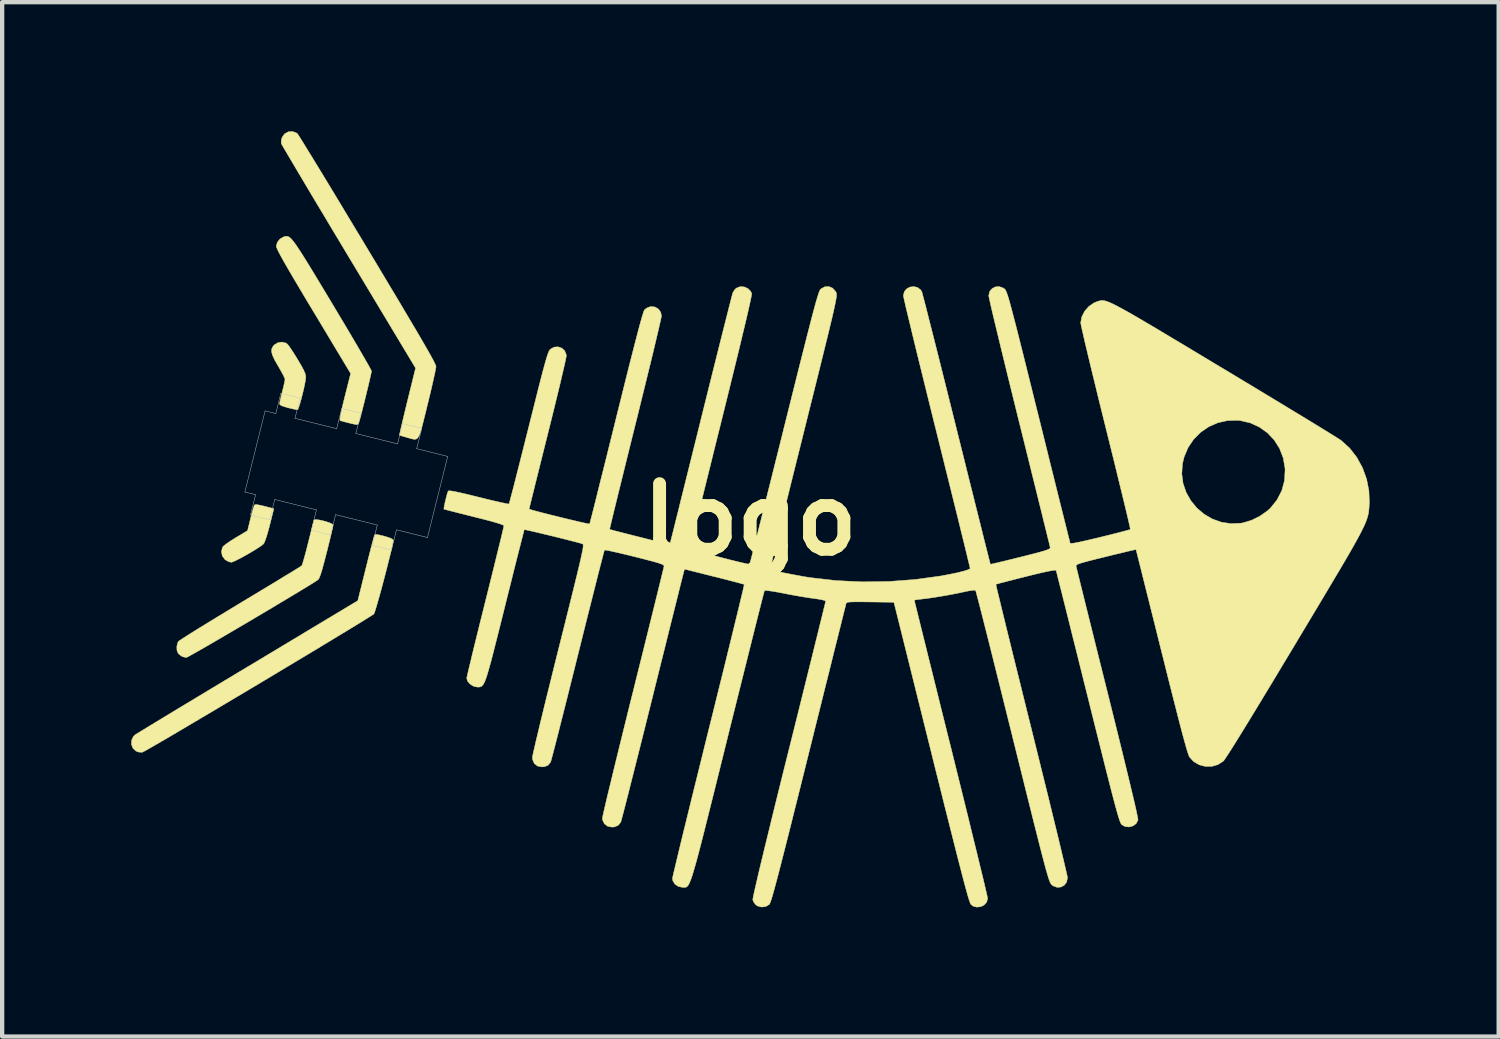
<source format=kicad_pcb>
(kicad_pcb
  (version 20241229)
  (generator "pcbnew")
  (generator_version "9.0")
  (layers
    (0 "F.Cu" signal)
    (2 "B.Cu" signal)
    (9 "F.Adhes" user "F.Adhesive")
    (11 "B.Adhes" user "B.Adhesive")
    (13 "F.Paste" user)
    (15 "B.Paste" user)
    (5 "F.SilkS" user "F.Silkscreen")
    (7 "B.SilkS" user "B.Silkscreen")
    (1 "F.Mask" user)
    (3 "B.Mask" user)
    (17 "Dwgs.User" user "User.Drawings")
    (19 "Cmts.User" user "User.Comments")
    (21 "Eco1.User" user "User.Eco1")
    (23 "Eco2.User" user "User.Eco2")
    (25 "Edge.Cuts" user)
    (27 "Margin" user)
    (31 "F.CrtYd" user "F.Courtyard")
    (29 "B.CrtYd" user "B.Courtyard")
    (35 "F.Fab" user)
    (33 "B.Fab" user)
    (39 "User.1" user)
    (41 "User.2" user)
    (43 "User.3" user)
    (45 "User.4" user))
  (footprint "logo"
    (layer "F.Cu")
    (at 14.378 9.022)
    (property "Reference" "logo" (at 0 0 0) (layer "F.SilkS") (effects (font (size 1.524 1.524) (thickness 0.3))))
    (attr through_hole)
    (fp_circle (center 11.233 -1.115) (end 11.684 -1.115) (stroke (width 1.5) (type solid)) (fill no) (layer "F.Mask"))
    (fp_poly (pts (xy -10.498 -2.57) (xy -10.549 -2.349) (xy -9.604 -2.116) (xy -9.553 -2.329) (xy -9.106 -2.21) (xy -9.154 -1.996) (xy -8.191 -1.76) (xy -8.146 -1.974) (xy -7.711 -1.859) (xy -7.757 -1.656) (xy -6.828 -1.42) (xy -7.297 0.493) (xy -8.222 0.251) (xy -8.28 0.485) (xy -8.733 0.376) (xy -8.674 0.124) (xy -9.632 -0.109) (xy -9.685 0.127) (xy -10.137 0.003) (xy -10.081 -0.224) (xy -11.003 -0.46) (xy -11.062 -0.241) (xy -11.524 -0.345) (xy -11.471 -0.574) (xy -11.737 -0.64) (xy -11.27 -2.53) (xy -11.267 -2.527) (xy -11.006 -2.466) (xy -10.947 -2.687)) (stroke (width 0.05) (type solid)) (fill yes) (layer "F.Mask"))
    (fp_poly (pts (xy -11.46 -0.348) (xy -11.395 -0.337) (xy -11.297 -0.314) (xy -11.158 -0.278) (xy -11.066 -0.254) (xy -11.162 0.129) (xy -11.198 0.265) (xy -11.234 0.386) (xy -11.267 0.483) (xy -11.293 0.545) (xy -11.302 0.56) (xy -11.347 0.598) (xy -11.425 0.652) (xy -11.526 0.715) (xy -11.64 0.783) (xy -11.757 0.849) (xy -11.868 0.909) (xy -11.962 0.956) (xy -12.03 0.985) (xy -12.057 0.992) (xy -12.12 0.975) (xy -12.19 0.936) (xy -12.202 0.926) (xy -12.264 0.844) (xy -12.283 0.744) (xy -12.259 0.643) (xy -12.255 0.636) (xy -12.224 0.605) (xy -12.159 0.555) (xy -12.068 0.493) (xy -11.961 0.426) (xy -11.953 0.421) (xy -11.676 0.255) (xy -11.606 -0.032) (xy -11.577 -0.147) (xy -11.55 -0.244) (xy -11.528 -0.312) (xy -11.516 -0.34) (xy -11.498 -0.349) (xy -11.46 -0.348)) (stroke (width 0.01) (type solid)) (fill yes) (layer "F.SilkS"))
    (fp_poly (pts (xy -10.791 -4.104) (xy -10.752 -4.078) (xy -10.721 -4.04) (xy -10.67 -3.968) (xy -10.606 -3.87) (xy -10.535 -3.756) (xy -10.512 -3.718) (xy -10.431 -3.581) (xy -10.375 -3.477) (xy -10.341 -3.4) (xy -10.326 -3.341) (xy -10.323 -3.31) (xy -10.33 -3.249) (xy -10.346 -3.158) (xy -10.369 -3.048) (xy -10.398 -2.928) (xy -10.428 -2.809) (xy -10.458 -2.702) (xy -10.485 -2.617) (xy -10.505 -2.565) (xy -10.515 -2.553) (xy -10.549 -2.557) (xy -10.619 -2.571) (xy -10.711 -2.593) (xy -10.736 -2.599) (xy -10.842 -2.63) (xy -10.905 -2.656) (xy -10.931 -2.682) (xy -10.932 -2.692) (xy -10.926 -2.733) (xy -10.909 -2.811) (xy -10.885 -2.912) (xy -10.869 -2.975) (xy -10.842 -3.083) (xy -10.821 -3.176) (xy -10.809 -3.241) (xy -10.806 -3.26) (xy -10.819 -3.297) (xy -10.853 -3.368) (xy -10.904 -3.461) (xy -10.963 -3.564) (xy -11.045 -3.706) (xy -11.096 -3.815) (xy -11.119 -3.9) (xy -11.115 -3.967) (xy -11.085 -4.026) (xy -11.056 -4.059) (xy -10.975 -4.109) (xy -10.88 -4.125) (xy -10.791 -4.104)) (stroke (width 0.01) (type solid)) (fill yes) (layer "F.SilkS"))
    (fp_poly (pts (xy -10.738 -6.578) (xy -10.708 -6.563) (xy -10.674 -6.535) (xy -10.634 -6.491) (xy -10.585 -6.429) (xy -10.526 -6.345) (xy -10.455 -6.237) (xy -10.369 -6.102) (xy -10.266 -5.936) (xy -10.145 -5.738) (xy -10.004 -5.504) (xy -9.839 -5.231) (xy -9.706 -5.009) (xy -9.554 -4.755) (xy -9.41 -4.514) (xy -9.276 -4.288) (xy -9.154 -4.081) (xy -9.047 -3.897) (xy -8.956 -3.74) (xy -8.883 -3.614) (xy -8.832 -3.521) (xy -8.803 -3.465) (xy -8.797 -3.451) (xy -8.803 -3.414) (xy -8.82 -3.336) (xy -8.845 -3.226) (xy -8.876 -3.094) (xy -8.912 -2.946) (xy -8.949 -2.793) (xy -8.987 -2.643) (xy -9.022 -2.504) (xy -9.053 -2.385) (xy -9.078 -2.295) (xy -9.094 -2.242) (xy -9.096 -2.235) (xy -9.11 -2.216) (xy -9.136 -2.209) (xy -9.185 -2.214) (xy -9.268 -2.233) (xy -9.306 -2.242) (xy -9.401 -2.266) (xy -9.478 -2.287) (xy -9.522 -2.299) (xy -9.526 -2.3) (xy -9.531 -2.325) (xy -9.523 -2.393) (xy -9.501 -2.505) (xy -9.465 -2.662) (xy -9.418 -2.852) (xy -9.281 -3.394) (xy -10.145 -4.833) (xy -10.328 -5.137) (xy -10.485 -5.401) (xy -10.619 -5.627) (xy -10.73 -5.817) (xy -10.82 -5.973) (xy -10.891 -6.1) (xy -10.944 -6.198) (xy -10.98 -6.271) (xy -11.002 -6.321) (xy -11.009 -6.351) (xy -11.009 -6.353) (xy -10.986 -6.441) (xy -10.926 -6.518) (xy -10.841 -6.568) (xy -10.823 -6.574) (xy -10.793 -6.58) (xy -10.766 -6.583) (xy -10.738 -6.578)) (stroke (width 0.01) (type solid)) (fill yes) (layer "F.SilkS"))
    (fp_poly (pts (xy -8.625 0.355) (xy -8.541 0.374) (xy -8.451 0.399) (xy -8.37 0.427) (xy -8.311 0.453) (xy -8.289 0.474) (xy -8.295 0.52) (xy -8.313 0.606) (xy -8.34 0.725) (xy -8.376 0.869) (xy -8.417 1.033) (xy -8.462 1.209) (xy -8.509 1.389) (xy -8.556 1.567) (xy -8.602 1.736) (xy -8.645 1.888) (xy -8.682 2.016) (xy -8.712 2.114) (xy -8.733 2.175) (xy -8.741 2.191) (xy -8.772 2.213) (xy -8.844 2.259) (xy -8.952 2.326) (xy -9.093 2.414) (xy -9.266 2.519) (xy -9.465 2.64) (xy -9.688 2.775) (xy -9.931 2.922) (xy -10.192 3.08) (xy -10.467 3.245) (xy -10.753 3.416) (xy -11.046 3.592) (xy -11.343 3.77) (xy -11.641 3.948) (xy -11.937 4.124) (xy -12.228 4.297) (xy -12.51 4.465) (xy -12.779 4.624) (xy -13.034 4.775) (xy -13.269 4.914) (xy -13.483 5.04) (xy -13.672 5.15) (xy -13.832 5.243) (xy -13.961 5.317) (xy -14.054 5.37) (xy -14.11 5.399) (xy -14.124 5.405) (xy -14.204 5.401) (xy -14.268 5.378) (xy -14.338 5.313) (xy -14.373 5.225) (xy -14.371 5.129) (xy -14.331 5.041) (xy -14.298 5.007) (xy -14.271 4.988) (xy -14.202 4.946) (xy -14.096 4.881) (xy -13.954 4.794) (xy -13.779 4.688) (xy -13.575 4.564) (xy -13.344 4.424) (xy -13.088 4.27) (xy -12.811 4.103) (xy -12.515 3.925) (xy -12.203 3.737) (xy -11.877 3.541) (xy -11.683 3.425) (xy -9.115 1.883) (xy -8.927 1.126) (xy -8.88 0.937) (xy -8.836 0.764) (xy -8.797 0.614) (xy -8.765 0.492) (xy -8.741 0.404) (xy -8.727 0.357) (xy -8.724 0.351) (xy -8.691 0.346) (xy -8.625 0.355)) (stroke (width 0.01) (type solid)) (fill yes) (layer "F.SilkS"))
    (fp_poly (pts (xy -10.539 -8.982) (xy -10.522 -8.97) (xy -10.504 -8.944) (xy -10.461 -8.878) (xy -10.395 -8.773) (xy -10.309 -8.633) (xy -10.202 -8.459) (xy -10.078 -8.256) (xy -9.937 -8.025) (xy -9.782 -7.77) (xy -9.614 -7.492) (xy -9.435 -7.195) (xy -9.246 -6.881) (xy -9.048 -6.553) (xy -8.888 -6.287) (xy -8.641 -5.876) (xy -8.42 -5.506) (xy -8.222 -5.176) (xy -8.048 -4.883) (xy -7.895 -4.625) (xy -7.762 -4.401) (xy -7.649 -4.208) (xy -7.554 -4.044) (xy -7.476 -3.908) (xy -7.414 -3.797) (xy -7.366 -3.709) (xy -7.332 -3.642) (xy -7.311 -3.595) (xy -7.3 -3.565) (xy -7.298 -3.554) (xy -7.305 -3.509) (xy -7.322 -3.422) (xy -7.349 -3.299) (xy -7.383 -3.146) (xy -7.424 -2.97) (xy -7.47 -2.779) (xy -7.497 -2.67) (xy -7.552 -2.444) (xy -7.597 -2.263) (xy -7.634 -2.122) (xy -7.665 -2.017) (xy -7.695 -1.943) (xy -7.724 -1.896) (xy -7.757 -1.872) (xy -7.795 -1.865) (xy -7.842 -1.872) (xy -7.901 -1.888) (xy -7.966 -1.906) (xy -8.053 -1.931) (xy -8.117 -1.95) (xy -8.147 -1.961) (xy -8.147 -1.962) (xy -8.143 -1.988) (xy -8.128 -2.057) (xy -8.104 -2.164) (xy -8.071 -2.302) (xy -8.032 -2.465) (xy -7.988 -2.648) (xy -7.964 -2.746) (xy -7.773 -3.521) (xy -9.324 -6.102) (xy -9.524 -6.435) (xy -9.717 -6.756) (xy -9.9 -7.063) (xy -10.074 -7.352) (xy -10.235 -7.622) (xy -10.382 -7.87) (xy -10.514 -8.092) (xy -10.629 -8.286) (xy -10.725 -8.449) (xy -10.801 -8.578) (xy -10.856 -8.671) (xy -10.886 -8.725) (xy -10.892 -8.738) (xy -10.895 -8.799) (xy -10.876 -8.874) (xy -10.874 -8.88) (xy -10.815 -8.963) (xy -10.73 -9.01) (xy -10.634 -9.017) (xy -10.539 -8.982)) (stroke (width 0.01) (type solid)) (fill yes) (layer "F.SilkS"))
    (fp_poly (pts (xy -10.043 0.003) (xy -9.96 0.018) (xy -9.87 0.041) (xy -9.786 0.068) (xy -9.721 0.096) (xy -9.689 0.121) (xy -9.688 0.126) (xy -9.694 0.161) (xy -9.711 0.238) (xy -9.737 0.349) (xy -9.771 0.488) (xy -9.81 0.647) (xy -9.839 0.762) (xy -9.894 0.975) (xy -9.939 1.141) (xy -9.976 1.263) (xy -10.006 1.344) (xy -10.029 1.387) (xy -10.035 1.393) (xy -10.083 1.426) (xy -10.168 1.48) (xy -10.286 1.553) (xy -10.433 1.642) (xy -10.603 1.745) (xy -10.794 1.859) (xy -10.999 1.982) (xy -11.216 2.112) (xy -11.439 2.244) (xy -11.665 2.378) (xy -11.889 2.509) (xy -12.106 2.637) (xy -12.313 2.758) (xy -12.505 2.87) (xy -12.677 2.97) (xy -12.826 3.055) (xy -12.947 3.123) (xy -13.035 3.172) (xy -13.087 3.199) (xy -13.098 3.203) (xy -13.17 3.189) (xy -13.209 3.173) (xy -13.264 3.131) (xy -13.29 3.104) (xy -13.317 3.036) (xy -13.32 2.949) (xy -13.301 2.865) (xy -13.278 2.826) (xy -13.249 2.805) (xy -13.18 2.759) (xy -13.075 2.692) (xy -12.938 2.606) (xy -12.773 2.503) (xy -12.582 2.386) (xy -12.371 2.257) (xy -12.143 2.119) (xy -11.902 1.973) (xy -11.837 1.934) (xy -11.594 1.787) (xy -11.363 1.648) (xy -11.149 1.519) (xy -10.955 1.402) (xy -10.786 1.298) (xy -10.643 1.212) (xy -10.533 1.144) (xy -10.457 1.097) (xy -10.42 1.073) (xy -10.417 1.071) (xy -10.404 1.04) (xy -10.382 0.968) (xy -10.352 0.862) (xy -10.316 0.73) (xy -10.278 0.579) (xy -10.269 0.543) (xy -10.23 0.389) (xy -10.196 0.251) (xy -10.167 0.137) (xy -10.146 0.055) (xy -10.134 0.013) (xy -10.133 0.009) (xy -10.105 -0.001) (xy -10.043 0.003)) (stroke (width 0.01) (type solid)) (fill yes) (layer "F.SilkS"))
    (fp_poly (pts (xy 1.915 -5.379) (xy 1.983 -5.304) (xy 1.998 -5.275) (xy 2.003 -5.261) (xy 2.006 -5.243) (xy 2.007 -5.22) (xy 2.005 -5.188) (xy 1.999 -5.145) (xy 1.989 -5.088) (xy 1.975 -5.014) (xy 1.955 -4.922) (xy 1.93 -4.808) (xy 1.898 -4.671) (xy 1.858 -4.506) (xy 1.812 -4.313) (xy 1.756 -4.087) (xy 1.692 -3.827) (xy 1.619 -3.531) (xy 1.535 -3.194) (xy 1.441 -2.816) (xy 1.335 -2.393) (xy 1.243 -2.021) (xy 1.145 -1.63) (xy 1.051 -1.253) (xy 0.961 -0.892) (xy 0.877 -0.551) (xy 0.798 -0.232) (xy 0.726 0.062) (xy 0.661 0.327) (xy 0.604 0.561) (xy 0.556 0.76) (xy 0.517 0.923) (xy 0.488 1.045) (xy 0.47 1.124) (xy 0.464 1.158) (xy 0.464 1.159) (xy 0.495 1.171) (xy 0.568 1.189) (xy 0.673 1.213) (xy 0.802 1.24) (xy 0.946 1.268) (xy 1.096 1.296) (xy 1.243 1.323) (xy 1.378 1.345) (xy 1.398 1.348) (xy 1.992 1.416) (xy 2.606 1.446) (xy 3.228 1.437) (xy 3.846 1.39) (xy 4.424 1.31) (xy 4.628 1.272) (xy 4.803 1.236) (xy 4.942 1.202) (xy 5.042 1.172) (xy 5.099 1.147) (xy 5.111 1.133) (xy 5.104 1.104) (xy 5.087 1.03) (xy 5.058 0.912) (xy 5.02 0.753) (xy 4.972 0.557) (xy 4.915 0.327) (xy 4.851 0.065) (xy 4.779 -0.225) (xy 4.701 -0.54) (xy 4.617 -0.879) (xy 4.528 -1.236) (xy 4.435 -1.611) (xy 4.339 -1.998) (xy 4.335 -2.014) (xy 4.238 -2.403) (xy 4.145 -2.779) (xy 4.056 -3.14) (xy 3.972 -3.481) (xy 3.893 -3.801) (xy 3.821 -4.096) (xy 3.757 -4.362) (xy 3.7 -4.598) (xy 3.651 -4.8) (xy 3.612 -4.964) (xy 3.584 -5.088) (xy 3.566 -5.169) (xy 3.56 -5.204) (xy 3.56 -5.204) (xy 3.581 -5.295) (xy 3.636 -5.362) (xy 3.714 -5.403) (xy 3.802 -5.414) (xy 3.888 -5.394) (xy 3.96 -5.338) (xy 3.985 -5.301) (xy 3.995 -5.271) (xy 4.015 -5.194) (xy 4.047 -5.073) (xy 4.089 -4.913) (xy 4.139 -4.714) (xy 4.198 -4.482) (xy 4.265 -4.218) (xy 4.339 -3.926) (xy 4.419 -3.608) (xy 4.504 -3.268) (xy 4.594 -2.908) (xy 4.688 -2.532) (xy 4.785 -2.143) (xy 4.793 -2.11) (xy 4.89 -1.721) (xy 4.984 -1.345) (xy 5.073 -0.986) (xy 5.158 -0.647) (xy 5.237 -0.33) (xy 5.31 -0.039) (xy 5.376 0.223) (xy 5.433 0.455) (xy 5.483 0.652) (xy 5.523 0.811) (xy 5.553 0.93) (xy 5.573 1.007) (xy 5.581 1.037) (xy 5.581 1.037) (xy 5.606 1.033) (xy 5.674 1.018) (xy 5.779 0.993) (xy 5.915 0.961) (xy 6.074 0.922) (xy 6.252 0.877) (xy 6.283 0.87) (xy 6.488 0.818) (xy 6.648 0.777) (xy 6.769 0.744) (xy 6.857 0.718) (xy 6.915 0.697) (xy 6.951 0.68) (xy 6.967 0.665) (xy 6.971 0.65) (xy 6.97 0.646) (xy 6.963 0.616) (xy 6.945 0.539) (xy 6.915 0.419) (xy 6.876 0.259) (xy 6.827 0.063) (xy 6.771 -0.168) (xy 6.706 -0.428) (xy 6.635 -0.717) (xy 6.557 -1.029) (xy 6.475 -1.362) (xy 6.388 -1.714) (xy 6.297 -2.08) (xy 6.252 -2.259) (xy 6.16 -2.632) (xy 6.071 -2.993) (xy 5.986 -3.337) (xy 5.907 -3.662) (xy 5.833 -3.965) (xy 5.766 -4.243) (xy 5.706 -4.491) (xy 5.654 -4.708) (xy 5.611 -4.89) (xy 5.578 -5.034) (xy 5.556 -5.136) (xy 5.544 -5.193) (xy 5.543 -5.204) (xy 5.564 -5.298) (xy 5.621 -5.368) (xy 5.701 -5.408) (xy 5.792 -5.413) (xy 5.883 -5.379) (xy 5.913 -5.357) (xy 5.924 -5.346) (xy 5.935 -5.328) (xy 5.948 -5.301) (xy 5.963 -5.263) (xy 5.981 -5.211) (xy 6.003 -5.141) (xy 6.029 -5.052) (xy 6.059 -4.941) (xy 6.095 -4.806) (xy 6.138 -4.642) (xy 6.188 -4.449) (xy 6.245 -4.223) (xy 6.311 -3.961) (xy 6.386 -3.661) (xy 6.471 -3.321) (xy 6.566 -2.937) (xy 6.673 -2.507) (xy 6.703 -2.389) (xy 6.796 -2.014) (xy 6.886 -1.652) (xy 6.971 -1.307) (xy 7.052 -0.982) (xy 7.127 -0.68) (xy 7.196 -0.403) (xy 7.258 -0.156) (xy 7.312 0.06) (xy 7.357 0.24) (xy 7.392 0.382) (xy 7.418 0.482) (xy 7.432 0.538) (xy 7.435 0.55) (xy 7.463 0.553) (xy 7.54 0.543) (xy 7.665 0.518) (xy 7.839 0.479) (xy 8.06 0.427) (xy 8.133 0.409) (xy 8.312 0.365) (xy 8.475 0.324) (xy 8.615 0.288) (xy 8.725 0.259) (xy 8.8 0.238) (xy 8.832 0.227) (xy 8.833 0.227) (xy 8.829 0.201) (xy 8.813 0.129) (xy 8.787 0.014) (xy 8.751 -0.139) (xy 8.706 -0.328) (xy 8.652 -0.55) (xy 8.591 -0.8) (xy 8.527 -1.062) (xy 10.028 -1.062) (xy 10.058 -0.839) (xy 10.131 -0.629) (xy 10.24 -0.437) (xy 10.381 -0.267) (xy 10.549 -0.125) (xy 10.74 -0.014) (xy 10.949 0.06) (xy 11.172 0.094) (xy 11.404 0.083) (xy 11.444 0.076) (xy 11.644 0.017) (xy 11.842 -0.08) (xy 12.019 -0.205) (xy 12.087 -0.267) (xy 12.241 -0.459) (xy 12.351 -0.673) (xy 12.414 -0.905) (xy 12.428 -1.152) (xy 12.426 -1.194) (xy 12.385 -1.432) (xy 12.3 -1.652) (xy 12.177 -1.848) (xy 12.018 -2.016) (xy 11.831 -2.15) (xy 11.619 -2.247) (xy 11.387 -2.301) (xy 11.335 -2.307) (xy 11.096 -2.302) (xy 10.868 -2.252) (xy 10.656 -2.159) (xy 10.466 -2.029) (xy 10.303 -1.865) (xy 10.173 -1.672) (xy 10.081 -1.453) (xy 10.043 -1.294) (xy 10.028 -1.062) (xy 8.527 -1.062) (xy 8.524 -1.076) (xy 8.451 -1.374) (xy 8.372 -1.691) (xy 8.29 -2.022) (xy 8.262 -2.134) (xy 8.179 -2.472) (xy 8.098 -2.797) (xy 8.023 -3.107) (xy 7.952 -3.396) (xy 7.888 -3.662) (xy 7.831 -3.901) (xy 7.781 -4.109) (xy 7.741 -4.284) (xy 7.71 -4.421) (xy 7.689 -4.517) (xy 7.68 -4.568) (xy 7.679 -4.574) (xy 7.704 -4.709) (xy 7.769 -4.839) (xy 7.867 -4.951) (xy 7.987 -5.035) (xy 8.048 -5.06) (xy 8.081 -5.071) (xy 8.112 -5.081) (xy 8.142 -5.088) (xy 8.174 -5.091) (xy 8.211 -5.089) (xy 8.255 -5.08) (xy 8.308 -5.062) (xy 8.372 -5.036) (xy 8.451 -4.999) (xy 8.547 -4.95) (xy 8.661 -4.888) (xy 8.798 -4.812) (xy 8.958 -4.72) (xy 9.144 -4.611) (xy 9.36 -4.484) (xy 9.606 -4.337) (xy 9.887 -4.169) (xy 10.203 -3.98) (xy 10.558 -3.766) (xy 10.954 -3.528) (xy 10.988 -3.508) (xy 11.324 -3.306) (xy 11.65 -3.11) (xy 11.962 -2.921) (xy 12.259 -2.742) (xy 12.537 -2.573) (xy 12.793 -2.418) (xy 13.025 -2.277) (xy 13.229 -2.152) (xy 13.403 -2.045) (xy 13.543 -1.958) (xy 13.648 -1.893) (xy 13.713 -1.851) (xy 13.732 -1.838) (xy 13.928 -1.66) (xy 14.094 -1.446) (xy 14.226 -1.205) (xy 14.321 -0.944) (xy 14.375 -0.672) (xy 14.386 -0.396) (xy 14.385 -0.381) (xy 14.381 -0.317) (xy 14.377 -0.258) (xy 14.372 -0.203) (xy 14.364 -0.147) (xy 14.351 -0.09) (xy 14.333 -0.028) (xy 14.308 0.042) (xy 14.275 0.121) (xy 14.232 0.212) (xy 14.178 0.319) (xy 14.112 0.442) (xy 14.032 0.586) (xy 13.938 0.752) (xy 13.827 0.943) (xy 13.698 1.162) (xy 13.55 1.411) (xy 13.382 1.693) (xy 13.193 2.01) (xy 12.98 2.365) (xy 12.743 2.76) (xy 12.668 2.886) (xy 12.412 3.311) (xy 12.176 3.704) (xy 11.958 4.064) (xy 11.761 4.389) (xy 11.585 4.678) (xy 11.43 4.93) (xy 11.297 5.145) (xy 11.188 5.32) (xy 11.101 5.455) (xy 11.039 5.549) (xy 11.002 5.601) (xy 10.994 5.61) (xy 10.868 5.692) (xy 10.725 5.733) (xy 10.576 5.734) (xy 10.432 5.696) (xy 10.304 5.621) (xy 10.21 5.519) (xy 10.196 5.493) (xy 10.178 5.445) (xy 10.155 5.374) (xy 10.126 5.276) (xy 10.091 5.15) (xy 10.048 4.994) (xy 9.998 4.804) (xy 9.939 4.577) (xy 9.872 4.313) (xy 9.794 4.008) (xy 9.706 3.659) (xy 9.608 3.265) (xy 9.557 3.064) (xy 9.473 2.727) (xy 9.393 2.404) (xy 9.316 2.099) (xy 9.245 1.815) (xy 9.18 1.555) (xy 9.122 1.323) (xy 9.072 1.122) (xy 9.03 0.956) (xy 8.998 0.827) (xy 8.976 0.74) (xy 8.965 0.698) (xy 8.964 0.694) (xy 8.94 0.699) (xy 8.872 0.714) (xy 8.768 0.738) (xy 8.633 0.771) (xy 8.473 0.809) (xy 8.295 0.853) (xy 8.263 0.861) (xy 8.058 0.911) (xy 7.897 0.952) (xy 7.776 0.984) (xy 7.688 1.009) (xy 7.629 1.03) (xy 7.593 1.046) (xy 7.576 1.062) (xy 7.572 1.077) (xy 7.573 1.082) (xy 7.58 1.112) (xy 7.598 1.189) (xy 7.628 1.309) (xy 7.667 1.469) (xy 7.716 1.666) (xy 7.773 1.897) (xy 7.838 2.158) (xy 7.91 2.446) (xy 7.988 2.759) (xy 8.071 3.094) (xy 8.159 3.446) (xy 8.251 3.814) (xy 8.304 4.025) (xy 8.426 4.515) (xy 8.537 4.964) (xy 8.637 5.369) (xy 8.725 5.731) (xy 8.802 6.048) (xy 8.867 6.32) (xy 8.921 6.546) (xy 8.962 6.726) (xy 8.99 6.859) (xy 9.007 6.944) (xy 9.011 6.981) (xy 9.011 6.981) (xy 8.967 7.063) (xy 8.892 7.117) (xy 8.8 7.141) (xy 8.706 7.129) (xy 8.634 7.087) (xy 8.623 7.075) (xy 8.611 7.054) (xy 8.597 7.023) (xy 8.581 6.978) (xy 8.561 6.918) (xy 8.537 6.839) (xy 8.509 6.738) (xy 8.475 6.614) (xy 8.435 6.463) (xy 8.388 6.283) (xy 8.334 6.071) (xy 8.271 5.825) (xy 8.2 5.542) (xy 8.119 5.219) (xy 8.027 4.854) (xy 7.925 4.445) (xy 7.844 4.119) (xy 7.75 3.744) (xy 7.66 3.382) (xy 7.574 3.037) (xy 7.492 2.712) (xy 7.417 2.409) (xy 7.348 2.133) (xy 7.286 1.885) (xy 7.232 1.67) (xy 7.186 1.489) (xy 7.15 1.347) (xy 7.125 1.246) (xy 7.111 1.19) (xy 7.107 1.178) (xy 7.082 1.174) (xy 7.013 1.183) (xy 6.899 1.205) (xy 6.738 1.241) (xy 6.531 1.291) (xy 6.407 1.322) (xy 6.228 1.367) (xy 6.065 1.409) (xy 5.926 1.445) (xy 5.816 1.473) (xy 5.742 1.494) (xy 5.71 1.503) (xy 5.709 1.504) (xy 5.714 1.529) (xy 5.73 1.601) (xy 5.758 1.716) (xy 5.796 1.873) (xy 5.843 2.067) (xy 5.899 2.296) (xy 5.963 2.558) (xy 6.035 2.849) (xy 6.113 3.167) (xy 6.198 3.508) (xy 6.288 3.87) (xy 6.382 4.251) (xy 6.48 4.646) (xy 6.536 4.869) (xy 6.636 5.274) (xy 6.733 5.666) (xy 6.826 6.042) (xy 6.915 6.4) (xy 6.997 6.737) (xy 7.073 7.05) (xy 7.143 7.335) (xy 7.204 7.59) (xy 7.257 7.812) (xy 7.301 7.998) (xy 7.335 8.144) (xy 7.359 8.249) (xy 7.371 8.309) (xy 7.372 8.322) (xy 7.352 8.421) (xy 7.298 8.494) (xy 7.22 8.536) (xy 7.131 8.543) (xy 7.041 8.51) (xy 6.996 8.473) (xy 6.986 8.46) (xy 6.974 8.439) (xy 6.961 8.408) (xy 6.945 8.365) (xy 6.926 8.307) (xy 6.903 8.232) (xy 6.876 8.138) (xy 6.844 8.021) (xy 6.807 7.88) (xy 6.763 7.711) (xy 6.712 7.513) (xy 6.654 7.283) (xy 6.587 7.019) (xy 6.512 6.718) (xy 6.427 6.378) (xy 6.332 5.996) (xy 6.226 5.57) (xy 6.108 5.097) (xy 6.093 5.034) (xy 5.992 4.63) (xy 5.895 4.24) (xy 5.802 3.866) (xy 5.713 3.511) (xy 5.63 3.178) (xy 5.553 2.87) (xy 5.482 2.59) (xy 5.419 2.341) (xy 5.364 2.125) (xy 5.318 1.945) (xy 5.281 1.805) (xy 5.255 1.706) (xy 5.24 1.653) (xy 5.237 1.643) (xy 5.205 1.639) (xy 5.135 1.646) (xy 5.041 1.663) (xy 4.988 1.674) (xy 4.822 1.71) (xy 4.63 1.747) (xy 4.431 1.782) (xy 4.239 1.813) (xy 4.071 1.836) (xy 3.985 1.846) (xy 3.9 1.856) (xy 3.838 1.866) (xy 3.814 1.873) (xy 3.814 1.873) (xy 3.82 1.899) (xy 3.837 1.971) (xy 3.866 2.086) (xy 3.905 2.243) (xy 3.953 2.438) (xy 4.01 2.668) (xy 4.075 2.93) (xy 4.147 3.222) (xy 4.227 3.541) (xy 4.312 3.884) (xy 4.402 4.248) (xy 4.497 4.63) (xy 4.596 5.028) (xy 4.666 5.306) (xy 4.767 5.714) (xy 4.865 6.11) (xy 4.959 6.489) (xy 5.048 6.85) (xy 5.131 7.19) (xy 5.208 7.505) (xy 5.279 7.793) (xy 5.341 8.051) (xy 5.396 8.275) (xy 5.441 8.464) (xy 5.476 8.614) (xy 5.501 8.722) (xy 5.515 8.786) (xy 5.517 8.802) (xy 5.495 8.887) (xy 5.438 8.952) (xy 5.358 8.992) (xy 5.268 9.003) (xy 5.182 8.981) (xy 5.128 8.939) (xy 5.117 8.92) (xy 5.103 8.883) (xy 5.083 8.823) (xy 5.058 8.741) (xy 5.028 8.632) (xy 4.99 8.496) (xy 4.946 8.331) (xy 4.895 8.133) (xy 4.835 7.902) (xy 4.767 7.635) (xy 4.69 7.33) (xy 4.603 6.985) (xy 4.505 6.598) (xy 4.398 6.166) (xy 4.278 5.689) (xy 4.206 5.398) (xy 3.34 1.92) (xy 2.79 1.913) (xy 2.609 1.911) (xy 2.472 1.91) (xy 2.374 1.912) (xy 2.306 1.915) (xy 2.265 1.922) (xy 2.241 1.931) (xy 2.231 1.945) (xy 2.228 1.951) (xy 2.221 1.981) (xy 2.202 2.057) (xy 2.172 2.176) (xy 2.132 2.337) (xy 2.082 2.536) (xy 2.024 2.769) (xy 1.957 3.035) (xy 1.884 3.331) (xy 1.804 3.652) (xy 1.717 3.998) (xy 1.626 4.365) (xy 1.53 4.749) (xy 1.431 5.149) (xy 1.358 5.44) (xy 1.236 5.931) (xy 1.125 6.375) (xy 1.025 6.774) (xy 0.936 7.131) (xy 0.856 7.448) (xy 0.785 7.727) (xy 0.723 7.97) (xy 0.669 8.179) (xy 0.622 8.358) (xy 0.582 8.508) (xy 0.548 8.631) (xy 0.52 8.731) (xy 0.497 8.808) (xy 0.478 8.865) (xy 0.462 8.906) (xy 0.45 8.931) (xy 0.442 8.942) (xy 0.363 8.989) (xy 0.267 9.001) (xy 0.176 8.978) (xy 0.132 8.949) (xy 0.085 8.889) (xy 0.061 8.835) (xy 0.065 8.801) (xy 0.081 8.718) (xy 0.11 8.587) (xy 0.151 8.409) (xy 0.203 8.184) (xy 0.268 7.914) (xy 0.344 7.599) (xy 0.432 7.24) (xy 0.53 6.837) (xy 0.64 6.391) (xy 0.761 5.903) (xy 0.893 5.374) (xy 0.9 5.346) (xy 1.002 4.939) (xy 1.1 4.545) (xy 1.194 4.167) (xy 1.283 3.808) (xy 1.366 3.472) (xy 1.444 3.16) (xy 1.514 2.875) (xy 1.577 2.621) (xy 1.631 2.4) (xy 1.677 2.216) (xy 1.712 2.07) (xy 1.738 1.966) (xy 1.752 1.906) (xy 1.754 1.893) (xy 1.731 1.879) (xy 1.667 1.862) (xy 1.572 1.845) (xy 1.494 1.834) (xy 1.377 1.818) (xy 1.227 1.794) (xy 1.057 1.765) (xy 0.884 1.733) (xy 0.79 1.714) (xy 0.635 1.685) (xy 0.506 1.663) (xy 0.408 1.65) (xy 0.348 1.646) (xy 0.332 1.65) (xy 0.325 1.677) (xy 0.305 1.75) (xy 0.275 1.868) (xy 0.235 2.026) (xy 0.185 2.222) (xy 0.127 2.453) (xy 0.061 2.716) (xy -0.012 3.009) (xy -0.092 3.328) (xy -0.178 3.671) (xy -0.269 4.035) (xy -0.364 4.416) (xy -0.463 4.813) (xy -0.521 5.047) (xy -0.641 5.532) (xy -0.75 5.97) (xy -0.848 6.364) (xy -0.936 6.715) (xy -1.014 7.027) (xy -1.083 7.301) (xy -1.144 7.54) (xy -1.198 7.747) (xy -1.245 7.923) (xy -1.287 8.071) (xy -1.323 8.194) (xy -1.354 8.294) (xy -1.382 8.373) (xy -1.407 8.434) (xy -1.429 8.478) (xy -1.45 8.509) (xy -1.47 8.529) (xy -1.49 8.54) (xy -1.51 8.545) (xy -1.531 8.545) (xy -1.555 8.544) (xy -1.576 8.543) (xy -1.669 8.522) (xy -1.747 8.469) (xy -1.795 8.393) (xy -1.805 8.34) (xy -1.799 8.307) (xy -1.782 8.228) (xy -1.753 8.106) (xy -1.714 7.942) (xy -1.666 7.742) (xy -1.609 7.506) (xy -1.544 7.238) (xy -1.471 6.941) (xy -1.392 6.619) (xy -1.307 6.272) (xy -1.216 5.906) (xy -1.121 5.522) (xy -1.023 5.124) (xy -0.966 4.894) (xy -0.865 4.49) (xy -0.769 4.1) (xy -0.676 3.726) (xy -0.588 3.371) (xy -0.507 3.039) (xy -0.431 2.731) (xy -0.363 2.451) (xy -0.302 2.202) (xy -0.25 1.987) (xy -0.207 1.807) (xy -0.173 1.667) (xy -0.151 1.569) (xy -0.139 1.516) (xy -0.138 1.506) (xy -0.164 1.498) (xy -0.234 1.478) (xy -0.34 1.45) (xy -0.477 1.414) (xy -0.637 1.373) (xy -0.814 1.328) (xy -0.837 1.323) (xy -1.525 1.15) (xy -1.55 1.243) (xy -1.559 1.279) (xy -1.58 1.362) (xy -1.612 1.487) (xy -1.653 1.652) (xy -1.703 1.854) (xy -1.762 2.088) (xy -1.828 2.353) (xy -1.901 2.645) (xy -1.979 2.96) (xy -2.063 3.295) (xy -2.151 3.648) (xy -2.242 4.014) (xy -2.277 4.157) (xy -2.37 4.527) (xy -2.459 4.884) (xy -2.544 5.224) (xy -2.625 5.544) (xy -2.7 5.842) (xy -2.769 6.114) (xy -2.83 6.357) (xy -2.884 6.567) (xy -2.929 6.743) (xy -2.965 6.879) (xy -2.99 6.974) (xy -3.005 7.024) (xy -3.007 7.03) (xy -3.066 7.103) (xy -3.149 7.138) (xy -3.211 7.144) (xy -3.312 7.123) (xy -3.387 7.065) (xy -3.428 6.98) (xy -3.432 6.936) (xy -3.426 6.901) (xy -3.409 6.819) (xy -3.38 6.695) (xy -3.342 6.531) (xy -3.294 6.33) (xy -3.237 6.096) (xy -3.173 5.832) (xy -3.102 5.541) (xy -3.025 5.226) (xy -2.942 4.89) (xy -2.855 4.537) (xy -2.764 4.169) (xy -2.719 3.992) (xy -2.627 3.619) (xy -2.537 3.26) (xy -2.452 2.918) (xy -2.372 2.595) (xy -2.298 2.295) (xy -2.23 2.02) (xy -2.169 1.775) (xy -2.117 1.561) (xy -2.073 1.383) (xy -2.039 1.243) (xy -2.015 1.145) (xy -2.003 1.092) (xy -2.001 1.083) (xy -2.004 1.067) (xy -2.02 1.052) (xy -2.054 1.035) (xy -2.111 1.014) (xy -2.196 0.988) (xy -2.315 0.956) (xy -2.473 0.915) (xy -2.675 0.864) (xy -2.682 0.862) (xy -2.861 0.818) (xy -3.024 0.779) (xy -3.164 0.747) (xy -3.275 0.723) (xy -3.35 0.709) (xy -3.384 0.706) (xy -3.384 0.707) (xy -3.393 0.734) (xy -3.412 0.806) (xy -3.442 0.922) (xy -3.482 1.076) (xy -3.531 1.266) (xy -3.587 1.489) (xy -3.651 1.742) (xy -3.721 2.02) (xy -3.797 2.32) (xy -3.877 2.64) (xy -3.96 2.975) (xy -4.005 3.153) (xy -4.09 3.496) (xy -4.173 3.825) (xy -4.251 4.138) (xy -4.325 4.43) (xy -4.393 4.699) (xy -4.454 4.94) (xy -4.508 5.152) (xy -4.554 5.329) (xy -4.59 5.468) (xy -4.617 5.567) (xy -4.632 5.622) (xy -4.635 5.632) (xy -4.693 5.705) (xy -4.776 5.74) (xy -4.838 5.745) (xy -4.942 5.724) (xy -5.016 5.665) (xy -5.055 5.573) (xy -5.059 5.525) (xy -5.053 5.487) (xy -5.035 5.403) (xy -5.006 5.277) (xy -4.968 5.112) (xy -4.92 4.912) (xy -4.865 4.68) (xy -4.801 4.42) (xy -4.732 4.135) (xy -4.656 3.829) (xy -4.576 3.505) (xy -4.492 3.167) (xy -4.451 3.005) (xy -4.351 2.606) (xy -4.263 2.253) (xy -4.186 1.943) (xy -4.119 1.674) (xy -4.062 1.443) (xy -4.014 1.247) (xy -3.975 1.083) (xy -3.943 0.948) (xy -3.919 0.839) (xy -3.901 0.753) (xy -3.888 0.688) (xy -3.881 0.64) (xy -3.879 0.606) (xy -3.88 0.585) (xy -3.885 0.572) (xy -3.892 0.565) (xy -3.899 0.562) (xy -3.945 0.548) (xy -4.028 0.525) (xy -4.142 0.496) (xy -4.278 0.461) (xy -4.429 0.423) (xy -4.587 0.384) (xy -4.744 0.346) (xy -4.892 0.311) (xy -5.025 0.279) (xy -5.133 0.255) (xy -5.209 0.238) (xy -5.245 0.232) (xy -5.247 0.232) (xy -5.255 0.258) (xy -5.273 0.329) (xy -5.302 0.441) (xy -5.34 0.591) (xy -5.387 0.775) (xy -5.441 0.988) (xy -5.501 1.227) (xy -5.566 1.488) (xy -5.636 1.767) (xy -5.696 2.008) (xy -5.783 2.357) (xy -5.859 2.66) (xy -5.925 2.92) (xy -5.981 3.141) (xy -6.03 3.326) (xy -6.072 3.477) (xy -6.108 3.599) (xy -6.139 3.694) (xy -6.167 3.766) (xy -6.193 3.817) (xy -6.218 3.852) (xy -6.242 3.874) (xy -6.268 3.885) (xy -6.296 3.89) (xy -6.327 3.89) (xy -6.344 3.89) (xy -6.427 3.871) (xy -6.504 3.823) (xy -6.562 3.758) (xy -6.585 3.689) (xy -6.585 3.688) (xy -6.579 3.655) (xy -6.562 3.577) (xy -6.534 3.458) (xy -6.496 3.302) (xy -6.451 3.112) (xy -6.398 2.894) (xy -6.338 2.652) (xy -6.273 2.388) (xy -6.203 2.109) (xy -6.153 1.907) (xy -6.081 1.619) (xy -6.013 1.345) (xy -5.949 1.089) (xy -5.892 0.855) (xy -5.841 0.647) (xy -5.797 0.47) (xy -5.763 0.327) (xy -5.738 0.222) (xy -5.724 0.159) (xy -5.721 0.143) (xy -5.738 0.127) (xy -5.793 0.105) (xy -5.887 0.075) (xy -6.023 0.036) (xy -6.203 -0.011) (xy -6.414 -0.064) (xy -6.593 -0.109) (xy -6.756 -0.15) (xy -6.896 -0.186) (xy -7.007 -0.214) (xy -7.082 -0.234) (xy -7.114 -0.243) (xy -7.115 -0.244) (xy -7.114 -0.27) (xy -7.103 -0.332) (xy -7.086 -0.414) (xy -7.064 -0.503) (xy -7.043 -0.584) (xy -7.024 -0.643) (xy -7.015 -0.664) (xy -6.994 -0.67) (xy -6.939 -0.665) (xy -6.849 -0.649) (xy -6.719 -0.621) (xy -6.547 -0.581) (xy -6.33 -0.527) (xy -6.307 -0.522) (xy -6.128 -0.477) (xy -5.964 -0.438) (xy -5.824 -0.406) (xy -5.713 -0.382) (xy -5.637 -0.367) (xy -5.604 -0.363) (xy -5.603 -0.364) (xy -5.594 -0.39) (xy -5.575 -0.462) (xy -5.545 -0.575) (xy -5.505 -0.726) (xy -5.458 -0.911) (xy -5.404 -1.124) (xy -5.343 -1.364) (xy -5.277 -1.625) (xy -5.207 -1.904) (xy -5.147 -2.141) (xy -5.062 -2.48) (xy -4.988 -2.774) (xy -4.925 -3.026) (xy -4.871 -3.238) (xy -4.825 -3.415) (xy -4.786 -3.559) (xy -4.754 -3.675) (xy -4.727 -3.766) (xy -4.705 -3.834) (xy -4.686 -3.884) (xy -4.67 -3.919) (xy -4.656 -3.943) (xy -4.642 -3.958) (xy -4.64 -3.96) (xy -4.553 -4.008) (xy -4.46 -4.014) (xy -4.375 -3.984) (xy -4.309 -3.923) (xy -4.274 -3.836) (xy -4.271 -3.802) (xy -4.278 -3.763) (xy -4.295 -3.678) (xy -4.323 -3.553) (xy -4.361 -3.391) (xy -4.406 -3.197) (xy -4.46 -2.974) (xy -4.52 -2.727) (xy -4.585 -2.461) (xy -4.655 -2.179) (xy -4.704 -1.983) (xy -4.776 -1.696) (xy -4.844 -1.423) (xy -4.907 -1.169) (xy -4.965 -0.938) (xy -5.016 -0.733) (xy -5.059 -0.558) (xy -5.094 -0.419) (xy -5.119 -0.317) (xy -5.133 -0.259) (xy -5.136 -0.245) (xy -5.112 -0.236) (xy -5.047 -0.217) (xy -4.947 -0.19) (xy -4.821 -0.157) (xy -4.675 -0.12) (xy -4.518 -0.081) (xy -4.357 -0.041) (xy -4.199 -0.003) (xy -4.052 0.032) (xy -3.925 0.062) (xy -3.823 0.084) (xy -3.756 0.098) (xy -3.73 0.101) (xy -3.73 0.101) (xy -3.722 0.075) (xy -3.704 0.003) (xy -3.674 -0.111) (xy -3.635 -0.265) (xy -3.587 -0.455) (xy -3.532 -0.678) (xy -3.469 -0.93) (xy -3.399 -1.208) (xy -3.324 -1.508) (xy -3.245 -1.828) (xy -3.161 -2.164) (xy -3.112 -2.364) (xy -3.003 -2.802) (xy -2.906 -3.192) (xy -2.82 -3.536) (xy -2.743 -3.837) (xy -2.677 -4.095) (xy -2.62 -4.313) (xy -2.573 -4.493) (xy -2.533 -4.635) (xy -2.502 -4.744) (xy -2.478 -4.819) (xy -2.461 -4.863) (xy -2.454 -4.876) (xy -2.393 -4.92) (xy -2.316 -4.948) (xy -2.312 -4.949) (xy -2.215 -4.941) (xy -2.132 -4.894) (xy -2.077 -4.817) (xy -2.061 -4.733) (xy -2.067 -4.696) (xy -2.085 -4.612) (xy -2.113 -4.487) (xy -2.152 -4.322) (xy -2.199 -4.123) (xy -2.254 -3.891) (xy -2.317 -3.631) (xy -2.387 -3.347) (xy -2.462 -3.041) (xy -2.542 -2.717) (xy -2.625 -2.378) (xy -2.667 -2.212) (xy -2.752 -1.87) (xy -2.833 -1.543) (xy -2.91 -1.233) (xy -2.981 -0.943) (xy -3.047 -0.678) (xy -3.105 -0.441) (xy -3.156 -0.234) (xy -3.198 -0.061) (xy -3.23 0.074) (xy -3.252 0.168) (xy -3.264 0.218) (xy -3.265 0.225) (xy -3.239 0.233) (xy -3.173 0.252) (xy -3.072 0.278) (xy -2.945 0.311) (xy -2.799 0.348) (xy -2.642 0.388) (xy -2.481 0.428) (xy -2.324 0.468) (xy -2.179 0.503) (xy -2.053 0.534) (xy -1.954 0.558) (xy -1.889 0.573) (xy -1.866 0.577) (xy -1.86 0.552) (xy -1.842 0.481) (xy -1.813 0.367) (xy -1.774 0.212) (xy -1.727 0.021) (xy -1.67 -0.205) (xy -1.607 -0.462) (xy -1.536 -0.746) (xy -1.459 -1.056) (xy -1.377 -1.387) (xy -1.29 -1.737) (xy -1.199 -2.103) (xy -1.147 -2.314) (xy -1.054 -2.688) (xy -0.964 -3.05) (xy -0.878 -3.395) (xy -0.796 -3.722) (xy -0.72 -4.026) (xy -0.65 -4.304) (xy -0.587 -4.553) (xy -0.532 -4.771) (xy -0.486 -4.953) (xy -0.449 -5.097) (xy -0.422 -5.2) (xy -0.406 -5.259) (xy -0.403 -5.27) (xy -0.364 -5.336) (xy -0.321 -5.378) (xy -0.234 -5.412) (xy -0.139 -5.407) (xy -0.052 -5.369) (xy 0.013 -5.303) (xy 0.036 -5.251) (xy 0.032 -5.216) (xy 0.016 -5.131) (xy -0.013 -4.998) (xy -0.054 -4.817) (xy -0.107 -4.589) (xy -0.173 -4.314) (xy -0.25 -3.992) (xy -0.34 -3.624) (xy -0.441 -3.211) (xy -0.554 -2.753) (xy -0.673 -2.272) (xy -0.767 -1.897) (xy -0.857 -1.535) (xy -0.942 -1.189) (xy -1.023 -0.864) (xy -1.098 -0.561) (xy -1.166 -0.284) (xy -1.227 -0.037) (xy -1.28 0.179) (xy -1.324 0.36) (xy -1.359 0.502) (xy -1.383 0.603) (xy -1.396 0.66) (xy -1.398 0.672) (xy -1.375 0.683) (xy -1.31 0.705) (xy -1.21 0.735) (xy -1.084 0.77) (xy -0.939 0.81) (xy -0.783 0.852) (xy -0.623 0.894) (xy -0.467 0.934) (xy -0.322 0.97) (xy -0.196 1) (xy -0.098 1.022) (xy -0.033 1.035) (xy -0.01 1.036) (xy -0.003 1.011) (xy 0.015 0.939) (xy 0.045 0.824) (xy 0.084 0.668) (xy 0.133 0.475) (xy 0.191 0.247) (xy 0.256 -0.013) (xy 0.328 -0.302) (xy 0.407 -0.616) (xy 0.492 -0.954) (xy 0.581 -1.311) (xy 0.675 -1.686) (xy 0.772 -2.075) (xy 0.787 -2.137) (xy 0.903 -2.6) (xy 1.007 -3.017) (xy 1.1 -3.389) (xy 1.183 -3.719) (xy 1.257 -4.01) (xy 1.321 -4.264) (xy 1.378 -4.484) (xy 1.426 -4.672) (xy 1.468 -4.831) (xy 1.504 -4.964) (xy 1.534 -5.072) (xy 1.56 -5.158) (xy 1.581 -5.225) (xy 1.598 -5.276) (xy 1.613 -5.312) (xy 1.625 -5.337) (xy 1.636 -5.353) (xy 1.642 -5.358) (xy 1.732 -5.409) (xy 1.827 -5.415) (xy 1.915 -5.379)) (stroke (width 0.01) (type solid)) (fill yes) (layer "F.SilkS"))
    (fp_line (start -11.739 -0.641) (end -11.49 -0.579) (stroke (width 0.01) (type solid)) (layer "Dwgs.User"))
    (fp_line (start -11.608 -0.107) (end -11.162 0.004) (stroke (width 0.01) (type solid)) (layer "Dwgs.User"))
    (fp_line (start -11.49 -0.579) (end -11.608 -0.107) (stroke (width 0.01) (type solid)) (layer "Dwgs.User"))
    (fp_line (start -11.269 -2.526) (end -11.739 -0.641) (stroke (width 0.01) (type solid)) (layer "Dwgs.User"))
    (fp_line (start -11.162 0.004) (end -11.045 -0.468) (stroke (width 0.01) (type solid)) (layer "Dwgs.User"))
    (fp_line (start -11.045 -0.468) (end -10.076 -0.226) (stroke (width 0.01) (type solid)) (layer "Dwgs.User"))
    (fp_line (start -11.02 -2.464) (end -11.269 -2.526) (stroke (width 0.01) (type solid)) (layer "Dwgs.User"))
    (fp_line (start -10.903 -2.936) (end -11.02 -2.464) (stroke (width 0.01) (type solid)) (layer "Dwgs.User"))
    (fp_line (start -10.575 -2.353) (end -10.457 -2.824) (stroke (width 0.01) (type solid)) (layer "Dwgs.User"))
    (fp_line (start -10.457 -2.824) (end -10.903 -2.936) (stroke (width 0.01) (type solid)) (layer "Dwgs.User"))
    (fp_line (start -10.194 0.245) (end -9.748 0.356) (stroke (width 0.01) (type solid)) (layer "Dwgs.User"))
    (fp_line (start -10.076 -0.226) (end -10.194 0.245) (stroke (width 0.01) (type solid)) (layer "Dwgs.User"))
    (fp_line (start -9.748 0.356) (end -9.631 -0.115) (stroke (width 0.01) (type solid)) (layer "Dwgs.User"))
    (fp_line (start -9.631 -0.115) (end -8.662 0.126) (stroke (width 0.01) (type solid)) (layer "Dwgs.User"))
    (fp_line (start -9.606 -2.112) (end -10.575 -2.353) (stroke (width 0.01) (type solid)) (layer "Dwgs.User"))
    (fp_line (start -9.489 -2.583) (end -9.606 -2.112) (stroke (width 0.01) (type solid)) (layer "Dwgs.User"))
    (fp_line (start -9.161 -2.001) (end -9.043 -2.472) (stroke (width 0.01) (type solid)) (layer "Dwgs.User"))
    (fp_line (start -9.043 -2.472) (end -9.489 -2.583) (stroke (width 0.01) (type solid)) (layer "Dwgs.User"))
    (fp_line (start -8.78 0.598) (end -8.334 0.709) (stroke (width 0.01) (type solid)) (layer "Dwgs.User"))
    (fp_line (start -8.662 0.126) (end -8.78 0.598) (stroke (width 0.01) (type solid)) (layer "Dwgs.User"))
    (fp_line (start -8.334 0.709) (end -8.217 0.237) (stroke (width 0.01) (type solid)) (layer "Dwgs.User"))
    (fp_line (start -8.217 0.237) (end -7.497 0.417) (stroke (width 0.01) (type solid)) (layer "Dwgs.User"))
    (fp_line (start -8.192 -1.759) (end -9.161 -2.001) (stroke (width 0.01) (type solid)) (layer "Dwgs.User"))
    (fp_line (start -8.074 -2.23) (end -8.192 -1.759) (stroke (width 0.01) (type solid)) (layer "Dwgs.User"))
    (fp_line (start -7.747 -1.648) (end -7.629 -2.119) (stroke (width 0.01) (type solid)) (layer "Dwgs.User"))
    (fp_line (start -7.629 -2.119) (end -8.074 -2.23) (stroke (width 0.01) (type solid)) (layer "Dwgs.User"))
    (fp_line (start -7.497 0.417) (end -7.027 -1.468) (stroke (width 0.01) (type solid)) (layer "Dwgs.User"))
    (fp_line (start -7.027 -1.468) (end -7.747 -1.648) (stroke (width 0.01) (type solid)) (layer "Dwgs.User")))
  (gr_rect
    (start -3 -3)
    (end 31.768 21.031)
    (stroke (width 0.1) (type default))
    (fill no)
    (layer "Edge.Cuts")))
</source>
